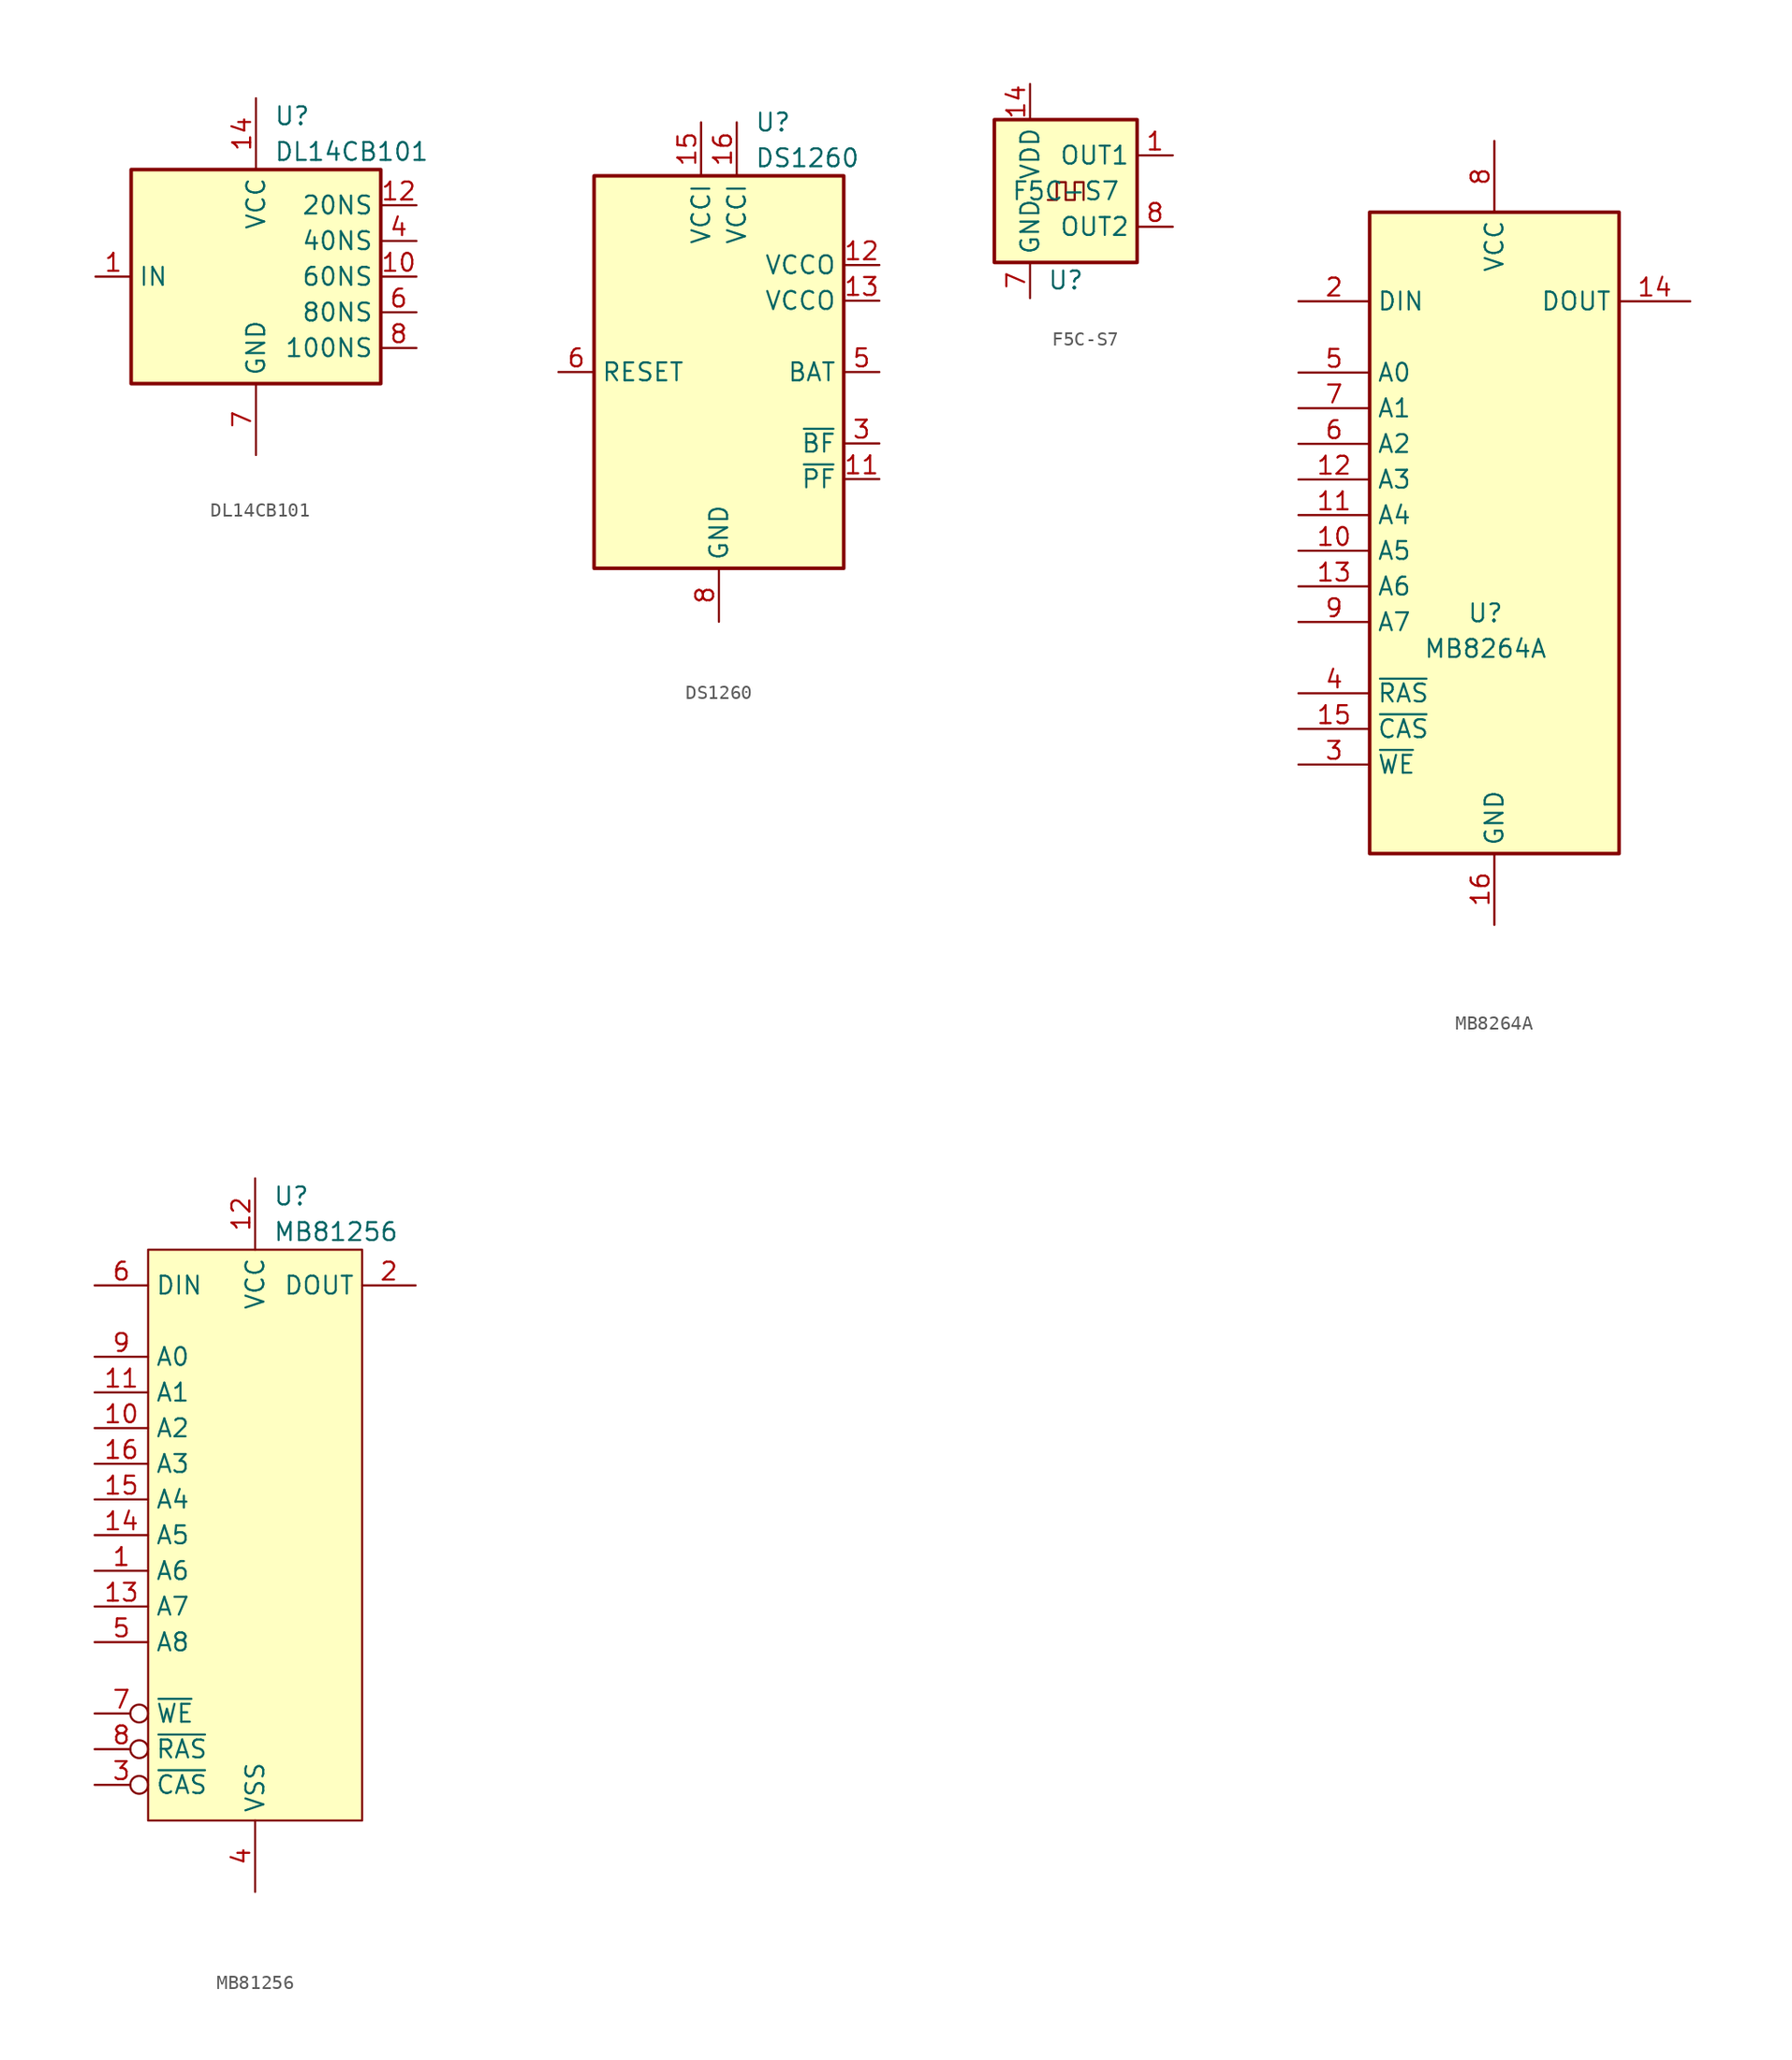
<source format=kicad_sym>
(kicad_symbol_lib
  (version 20231120)
  (generator "kicad_symbol_editor")
  (generator_version "8.0")
  (symbol "DL14CB101"
    (property "Reference" "U"
      (at 1.27 11.43 0)
      (effects (font (size 1.27 1.27)) (justify left)))
    (property "Value" "DL14CB101"
      (at 1.27 8.89 0)
      (effects (font (size 1.27 1.27)) (justify left)))
    (symbol "DL14CB101_1_1"
      (rectangle (start -8.89 7.62) (end 8.89 -7.62) (stroke (width 0.254) (type default)) (fill (type background)))
      (pin input line (at -11.43 0 0) (length 2.54) (name "IN" (effects (font (size 1.27 1.27)))) (number "1" (effects (font (size 1.27 1.27)))))
      (pin output line (at 11.43 0 180) (length 2.54) (name "60NS" (effects (font (size 1.27 1.27)))) (number "10" (effects (font (size 1.27 1.27)))))
      (pin output line (at 11.43 5.08 180) (length 2.54) (name "20NS" (effects (font (size 1.27 1.27)))) (number "12" (effects (font (size 1.27 1.27)))))
      (pin power_in line (at 0 12.7 270) (length 5.08) (name "VCC" (effects (font (size 1.27 1.27)))) (number "14" (effects (font (size 1.27 1.27)))))
      (pin output line (at 11.43 2.54 180) (length 2.54) (name "40NS" (effects (font (size 1.27 1.27)))) (number "4" (effects (font (size 1.27 1.27)))))
      (pin output line (at 11.43 -2.54 180) (length 2.54) (name "80NS" (effects (font (size 1.27 1.27)))) (number "6" (effects (font (size 1.27 1.27)))))
      (pin power_in line (at 0 -12.7 90) (length 5.08) (name "GND" (effects (font (size 1.27 1.27)))) (number "7" (effects (font (size 1.27 1.27)))))
      (pin output line (at 11.43 -5.08 180) (length 2.54) (name "100NS" (effects (font (size 1.27 1.27)))) (number "8" (effects (font (size 1.27 1.27)))))))
  (symbol "DS1260"
    (property "Reference" "U"
      (at 2.54 17.78 0)
      (do_not_autoplace)
      (effects (font (size 1.27 1.27)) (justify left)))
    (property "Value" "DS1260"
      (at 2.54 15.24 0)
      (do_not_autoplace)
      (effects (font (size 1.27 1.27)) (justify left)))
    (symbol "DS1260_1_1"
      (rectangle (start -8.89 13.97) (end 8.89 -13.97) (stroke (width 0.254) (type default)) (fill (type background)))
      (pin output line (at 11.43 -7.62 180) (length 2.54) (name "~{PF}" (effects (font (size 1.27 1.27)))) (number "11" (effects (font (size 1.27 1.27)))))
      (pin power_out line (at 11.43 7.62 180) (length 2.54) (name "VCCO" (effects (font (size 1.27 1.27)))) (number "12" (effects (font (size 1.27 1.27)))))
      (pin power_out line (at 11.43 5.08 180) (length 2.54) (name "VCCO" (effects (font (size 1.27 1.27)))) (number "13" (effects (font (size 1.27 1.27)))))
      (pin power_in line (at -1.27 17.78 270) (length 3.81) (name "VCCI" (effects (font (size 1.27 1.27)))) (number "15" (effects (font (size 1.27 1.27)))))
      (pin power_in line (at 1.27 17.78 270) (length 3.81) (name "VCCI" (effects (font (size 1.27 1.27)))) (number "16" (effects (font (size 1.27 1.27)))))
      (pin output line (at 11.43 -5.08 180) (length 2.54) (name "~{BF}" (effects (font (size 1.27 1.27)))) (number "3" (effects (font (size 1.27 1.27)))))
      (pin power_out line (at 11.43 0 180) (length 2.54) (name "BAT" (effects (font (size 1.27 1.27)))) (number "5" (effects (font (size 1.27 1.27)))))
      (pin input line (at -11.43 0 0) (length 2.54) (name "RESET" (effects (font (size 1.27 1.27)))) (number "6" (effects (font (size 1.27 1.27)))))
      (pin power_in line (at 0 -17.78 90) (length 3.81) (name "GND" (effects (font (size 1.27 1.27)))) (number "8" (effects (font (size 1.27 1.27)))))))
  (symbol "F5C-S7"
    (property "Reference" "U"
      (at 0 -6.35 0)
      (effects (font (size 1.27 1.27))))
    (property "Value" "F5C-S7"
      (at 0 0 0)
      (effects (font (size 1.27 1.27))))
    (symbol "F5C-S7_0_1"
      (rectangle (start -5.08 5.08) (end 5.08 -5.08) (stroke (width 0.254) (type default)) (fill (type background)))
      (polyline (pts (xy -1.27 -0.635) (xy -0.635 -0.635) (xy -0.635 0.635) (xy 0 0.635) (xy 0 -0.635) (xy 0.635 -0.635) (xy 0.635 0.635) (xy 1.27 0.635) (xy 1.27 -0.635)) (stroke (width 0) (type default)) (fill (type none))))
    (symbol "F5C-S7_1_1"
      (pin output line (at 7.62 2.54 180) (length 2.54) (name "OUT1" (effects (font (size 1.27 1.27)))) (number "1" (effects (font (size 1.27 1.27)))))
      (pin power_in line (at -2.54 7.62 270) (length 2.54) (name "VDD" (effects (font (size 1.27 1.27)))) (number "14" (effects (font (size 1.27 1.27)))))
      (pin passive line (at -2.54 -7.62 90) (length 2.54) hide (name "GND" (effects (font (size 1.27 1.27)))) (number "2" (effects (font (size 1.27 1.27)))))
      (pin power_in line (at -2.54 -7.62 90) (length 2.54) (name "GND" (effects (font (size 1.27 1.27)))) (number "7" (effects (font (size 1.27 1.27)))))
      (pin output line (at 7.62 -2.54 180) (length 2.54) (name "OUT2" (effects (font (size 1.27 1.27)))) (number "8" (effects (font (size 1.27 1.27)))))))
  (symbol "MB8264A"
    (property "Reference" "U"
      (at -0.635 -5.715 0)
      (effects (font (size 1.27 1.27))))
    (property "Value" "MB8264A"
      (at -0.635 -8.255 0)
      (effects (font (size 1.27 1.27))))
    (symbol "MB8264A_1_0"
      (pin input line (at -13.97 -1.27 0) (length 5.08) (name "A5" (effects (font (size 1.27 1.27)))) (number "10" (effects (font (size 1.27 1.27)))))
      (pin input line (at -13.97 1.27 0) (length 5.08) (name "A4" (effects (font (size 1.27 1.27)))) (number "11" (effects (font (size 1.27 1.27)))))
      (pin input line (at -13.97 3.81 0) (length 5.08) (name "A3" (effects (font (size 1.27 1.27)))) (number "12" (effects (font (size 1.27 1.27)))))
      (pin input line (at -13.97 -3.81 0) (length 5.08) (name "A6" (effects (font (size 1.27 1.27)))) (number "13" (effects (font (size 1.27 1.27)))))
      (pin input line (at 13.97 16.51 180) (length 5.08) (name "DOUT" (effects (font (size 1.27 1.27)))) (number "14" (effects (font (size 1.27 1.27)))))
      (pin input line (at -13.97 -13.97 0) (length 5.08) (name "~{CAS}" (effects (font (size 1.27 1.27)))) (number "15" (effects (font (size 1.27 1.27)))))
      (pin power_in line (at 0 -27.94 90) (length 5.08) (name "GND" (effects (font (size 1.27 1.27)))) (number "16" (effects (font (size 1.27 1.27)))))
      (pin input line (at -13.97 16.51 0) (length 5.08) (name "DIN" (effects (font (size 1.27 1.27)))) (number "2" (effects (font (size 1.27 1.27)))))
      (pin input line (at -13.97 -16.51 0) (length 5.08) (name "~{WE}" (effects (font (size 1.27 1.27)))) (number "3" (effects (font (size 1.27 1.27)))))
      (pin input line (at -13.97 -11.43 0) (length 5.08) (name "~{RAS}" (effects (font (size 1.27 1.27)))) (number "4" (effects (font (size 1.27 1.27)))))
      (pin input line (at -13.97 11.43 0) (length 5.08) (name "A0" (effects (font (size 1.27 1.27)))) (number "5" (effects (font (size 1.27 1.27)))))
      (pin input line (at -13.97 6.35 0) (length 5.08) (name "A2" (effects (font (size 1.27 1.27)))) (number "6" (effects (font (size 1.27 1.27)))))
      (pin input line (at -13.97 8.89 0) (length 5.08) (name "A1" (effects (font (size 1.27 1.27)))) (number "7" (effects (font (size 1.27 1.27)))))
      (pin power_in line (at 0 27.94 270) (length 5.08) (name "VCC" (effects (font (size 1.27 1.27)))) (number "8" (effects (font (size 1.27 1.27)))))
      (pin input line (at -13.97 -6.35 0) (length 5.08) (name "A7" (effects (font (size 1.27 1.27)))) (number "9" (effects (font (size 1.27 1.27))))))
    (symbol "MB8264A_1_1"
      (rectangle (start -8.89 22.86) (end 8.89 -22.86) (stroke (width 0.254) (type default)) (fill (type background)))))
  (symbol "MB81256"
    (property "Reference" "U"
      (at 1.27 24.13 0)
      (do_not_autoplace)
      (effects (font (size 1.27 1.27)) (justify left)))
    (property "Value" "MB81256"
      (at 1.27 21.59 0)
      (do_not_autoplace)
      (effects (font (size 1.27 1.27)) (justify left)))
    (symbol "MB81256_0_1"
      (rectangle (start -7.62 20.32) (end 7.62 -20.32) (stroke (width 0) (type default)) (fill (type background))))
    (symbol "MB81256_1_1"
      (pin input line (at -11.43 -2.54 0) (length 3.81) (name "A6" (effects (font (size 1.27 1.27)))) (number "1" (effects (font (size 1.27 1.27)))))
      (pin input line (at -11.43 7.62 0) (length 3.81) (name "A2" (effects (font (size 1.27 1.27)))) (number "10" (effects (font (size 1.27 1.27)))))
      (pin input line (at -11.43 10.16 0) (length 3.81) (name "A1" (effects (font (size 1.27 1.27)))) (number "11" (effects (font (size 1.27 1.27)))))
      (pin power_in line (at 0 25.4 270) (length 5.08) (name "VCC" (effects (font (size 1.27 1.27)))) (number "12" (effects (font (size 1.27 1.27)))))
      (pin input line (at -11.43 -5.08 0) (length 3.81) (name "A7" (effects (font (size 1.27 1.27)))) (number "13" (effects (font (size 1.27 1.27)))))
      (pin input line (at -11.43 0 0) (length 3.81) (name "A5" (effects (font (size 1.27 1.27)))) (number "14" (effects (font (size 1.27 1.27)))))
      (pin input line (at -11.43 2.54 0) (length 3.81) (name "A4" (effects (font (size 1.27 1.27)))) (number "15" (effects (font (size 1.27 1.27)))))
      (pin input line (at -11.43 5.08 0) (length 3.81) (name "A3" (effects (font (size 1.27 1.27)))) (number "16" (effects (font (size 1.27 1.27)))))
      (pin output line (at 11.43 17.78 180) (length 3.81) (name "DOUT" (effects (font (size 1.27 1.27)))) (number "2" (effects (font (size 1.27 1.27)))))
      (pin input inverted (at -11.43 -17.78 0) (length 3.81) (name "~{CAS}" (effects (font (size 1.27 1.27)))) (number "3" (effects (font (size 1.27 1.27)))))
      (pin power_in line (at 0 -25.4 90) (length 5.08) (name "VSS" (effects (font (size 1.27 1.27)))) (number "4" (effects (font (size 1.27 1.27)))))
      (pin input line (at -11.43 -7.62 0) (length 3.81) (name "A8" (effects (font (size 1.27 1.27)))) (number "5" (effects (font (size 1.27 1.27)))))
      (pin input line (at -11.43 17.78 0) (length 3.81) (name "DIN" (effects (font (size 1.27 1.27)))) (number "6" (effects (font (size 1.27 1.27)))))
      (pin input inverted (at -11.43 -12.7 0) (length 3.81) (name "~{WE}" (effects (font (size 1.27 1.27)))) (number "7" (effects (font (size 1.27 1.27)))))
      (pin input inverted (at -11.43 -15.24 0) (length 3.81) (name "~{RAS}" (effects (font (size 1.27 1.27)))) (number "8" (effects (font (size 1.27 1.27)))))
      (pin input line (at -11.43 12.7 0) (length 3.81) (name "A0" (effects (font (size 1.27 1.27)))) (number "9" (effects (font (size 1.27 1.27))))))))
</source>
